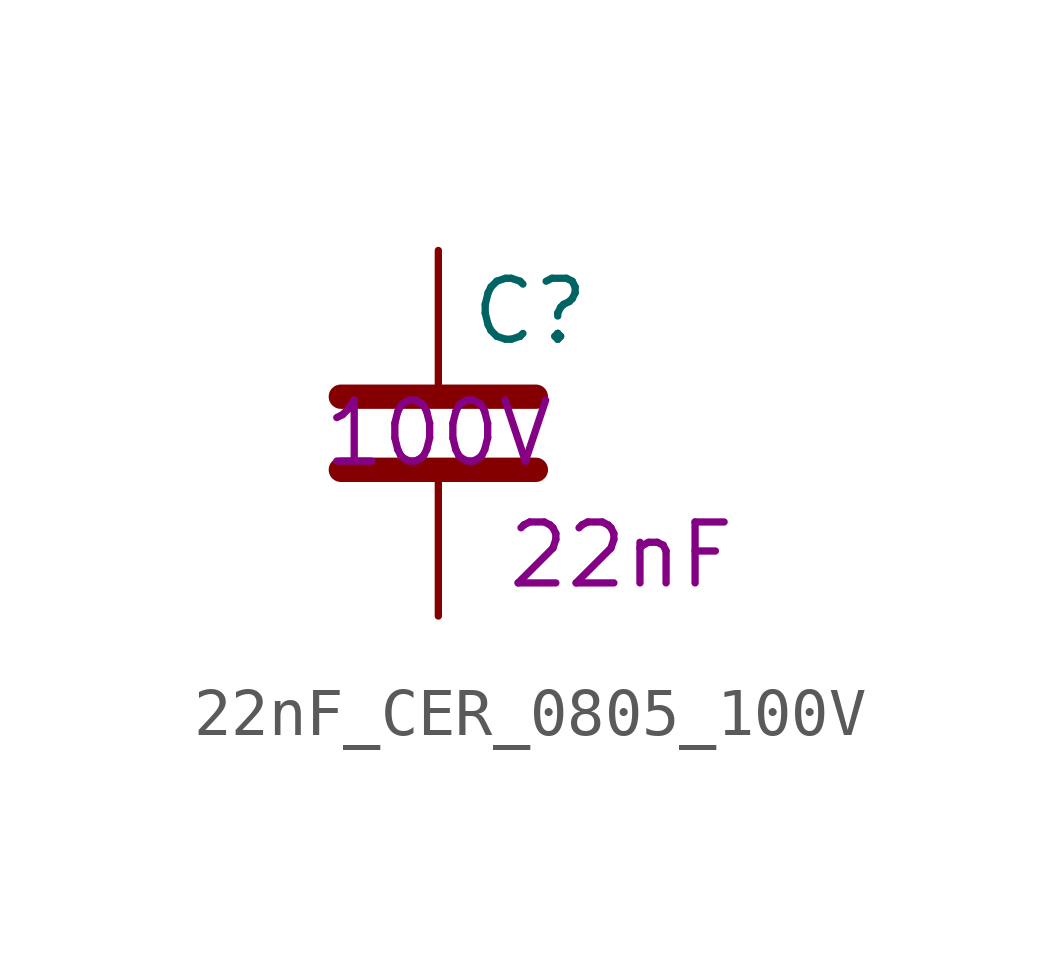
<source format=kicad_sym>
(kicad_symbol_lib
  (version 20211014)
  (generator kicad_symbol_editor)
  (symbol "22nF_CER_0805_100V"
    (pin_numbers hide)
    (pin_names
      (offset 0.254))
    (property "Reference" "C"
      (at 0.635 2.54 0)
      (effects (font (size 1.27 1.27)) (justify left)))
    (property "Capacitance" "22nF"
      (at 3.81 -2.54 0)
      (effects (font (size 1.27 1.27))))
    (property "Voltage Rating" "100V"
      (at 0 0 0)
      (effects (font (size 1.27 1.27))))
    (symbol "22nF_CER_0805_100V_0_1"
      (polyline (pts (xy -2.032 -0.762) (xy 2.032 -0.762)) (stroke (width 0.508) (type default) (color 0 0 0 0)) (fill (type none)))
      (polyline (pts (xy -2.032 0.762) (xy 2.032 0.762)) (stroke (width 0.508) (type default) (color 0 0 0 0)) (fill (type none))))
    (symbol "22nF_CER_0805_100V_1_1"
      (pin passive line (at 0 3.81 270) (length 2.794) (name "~" (effects (font (size 1.27 1.27)))) (number "1" (effects (font (size 1.27 1.27)))))
      (pin passive line (at 0 -3.81 90) (length 2.794) (name "~" (effects (font (size 1.27 1.27)))) (number "2" (effects (font (size 1.27 1.27))))))))
</source>
